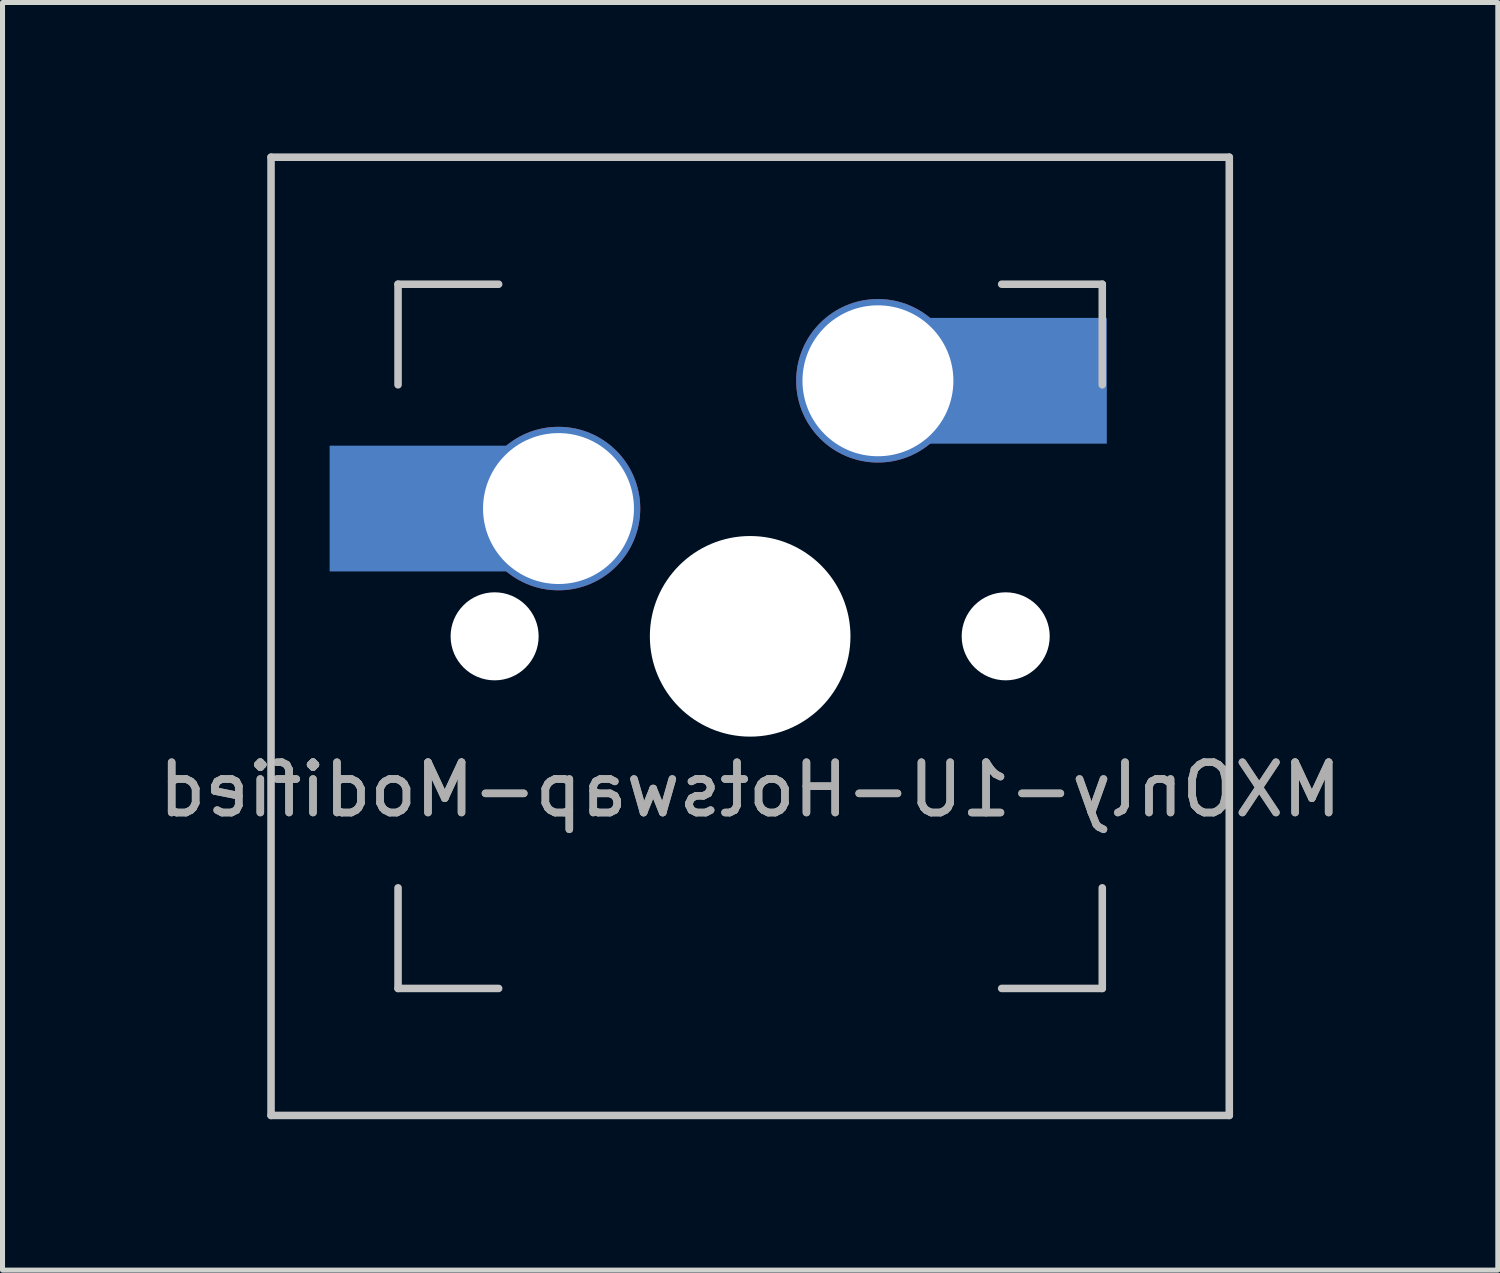
<source format=kicad_pcb>
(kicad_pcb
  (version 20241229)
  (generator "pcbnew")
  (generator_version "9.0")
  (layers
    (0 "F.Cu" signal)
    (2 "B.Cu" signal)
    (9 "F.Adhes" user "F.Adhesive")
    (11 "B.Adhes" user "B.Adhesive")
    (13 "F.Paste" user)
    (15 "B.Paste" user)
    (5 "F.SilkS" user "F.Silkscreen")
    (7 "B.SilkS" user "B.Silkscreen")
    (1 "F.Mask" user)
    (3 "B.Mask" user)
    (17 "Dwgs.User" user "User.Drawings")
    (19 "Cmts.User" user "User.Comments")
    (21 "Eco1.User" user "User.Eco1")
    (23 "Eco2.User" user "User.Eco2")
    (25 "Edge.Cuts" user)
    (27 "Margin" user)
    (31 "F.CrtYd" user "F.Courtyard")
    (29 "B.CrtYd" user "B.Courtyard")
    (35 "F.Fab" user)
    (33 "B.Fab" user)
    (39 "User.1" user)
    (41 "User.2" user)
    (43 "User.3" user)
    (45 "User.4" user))
  (footprint "MXOnly-1U-Hotswap-Modified"
    (layer "F.Cu")
    (at 11.863 9.6)
    (property "Reference" "MXOnly-1U-Hotswap-Modified" (at 0 3.048 0) (layer "F.Fab") (effects (font (size 1 1) (thickness 0.15)) (justify mirror)))
    (attr through_hole)
    (fp_line (start -9.525 -9.525) (end 9.525 -9.525) (stroke (width 0.15) (type solid)) (layer "Dwgs.User"))
    (fp_line (start -9.525 9.525) (end -9.525 -9.525) (stroke (width 0.15) (type solid)) (layer "Dwgs.User"))
    (fp_line (start -7 -7) (end -7 -5) (stroke (width 0.15) (type solid)) (layer "Dwgs.User"))
    (fp_line (start -7 5) (end -7 7) (stroke (width 0.15) (type solid)) (layer "Dwgs.User"))
    (fp_line (start -7 7) (end -5 7) (stroke (width 0.15) (type solid)) (layer "Dwgs.User"))
    (fp_line (start -5 -7) (end -7 -7) (stroke (width 0.15) (type solid)) (layer "Dwgs.User"))
    (fp_line (start 5 -7) (end 7 -7) (stroke (width 0.15) (type solid)) (layer "Dwgs.User"))
    (fp_line (start 5 7) (end 7 7) (stroke (width 0.15) (type solid)) (layer "Dwgs.User"))
    (fp_line (start 7 -7) (end 7 -5) (stroke (width 0.15) (type solid)) (layer "Dwgs.User"))
    (fp_line (start 7 7) (end 7 5) (stroke (width 0.15) (type solid)) (layer "Dwgs.User"))
    (fp_line (start 9.525 -9.525) (end 9.525 9.525) (stroke (width 0.15) (type solid)) (layer "Dwgs.User"))
    (fp_line (start 9.525 9.525) (end -9.525 9.525) (stroke (width 0.15) (type solid)) (layer "Dwgs.User"))
    (fp_text user "${REFERENCE}" (at 0 3.048 0) (layer "F.Fab") (effects (font (size 1 1) (thickness 0.15)) (justify mirror)))
    (pad "" smd rect (at -7.085 -2.54) (size 2.55 2.5) (layers "B.Mask" "B.Paste"))
    (pad "" np_thru_hole circle (at -5.08 0 48.1) (size 1.75 1.75) (drill 1.75) (layers "*.Cu" "*.Mask"))
    (pad "" np_thru_hole circle (at 0 0) (size 3.988 3.988) (drill 3.988) (layers "*.Cu" "*.Mask"))
    (pad "" np_thru_hole circle (at 5.08 0 48.1) (size 1.75 1.75) (drill 1.75) (layers "*.Cu" "*.Mask"))
    (pad "" smd rect (at 5.815 -5.08) (size 2.55 2.5) (layers "B.Mask" "B.Paste"))
    (pad "1" smd rect (at -5.61 -2.54) (size 5.5 2.5) (layers "B.Cu"))
    (pad "1" thru_hole circle (at -3.81 -2.54) (size 3.25 3.25) (drill 3) (layers "*.Cu" "*.Mask"))
    (pad "2" thru_hole circle (at 2.54 -5.08) (size 3.25 3.25) (drill 3) (layers "*.Cu" "*.Mask"))
    (pad "2" smd rect (at 4.34 -5.08) (size 5.5 2.5) (layers "B.Cu")))
  (gr_rect
    (start -3 -3)
    (end 26.726 22.2)
    (stroke (width 0.1) (type default))
    (fill no)
    (layer "Edge.Cuts")))
</source>
